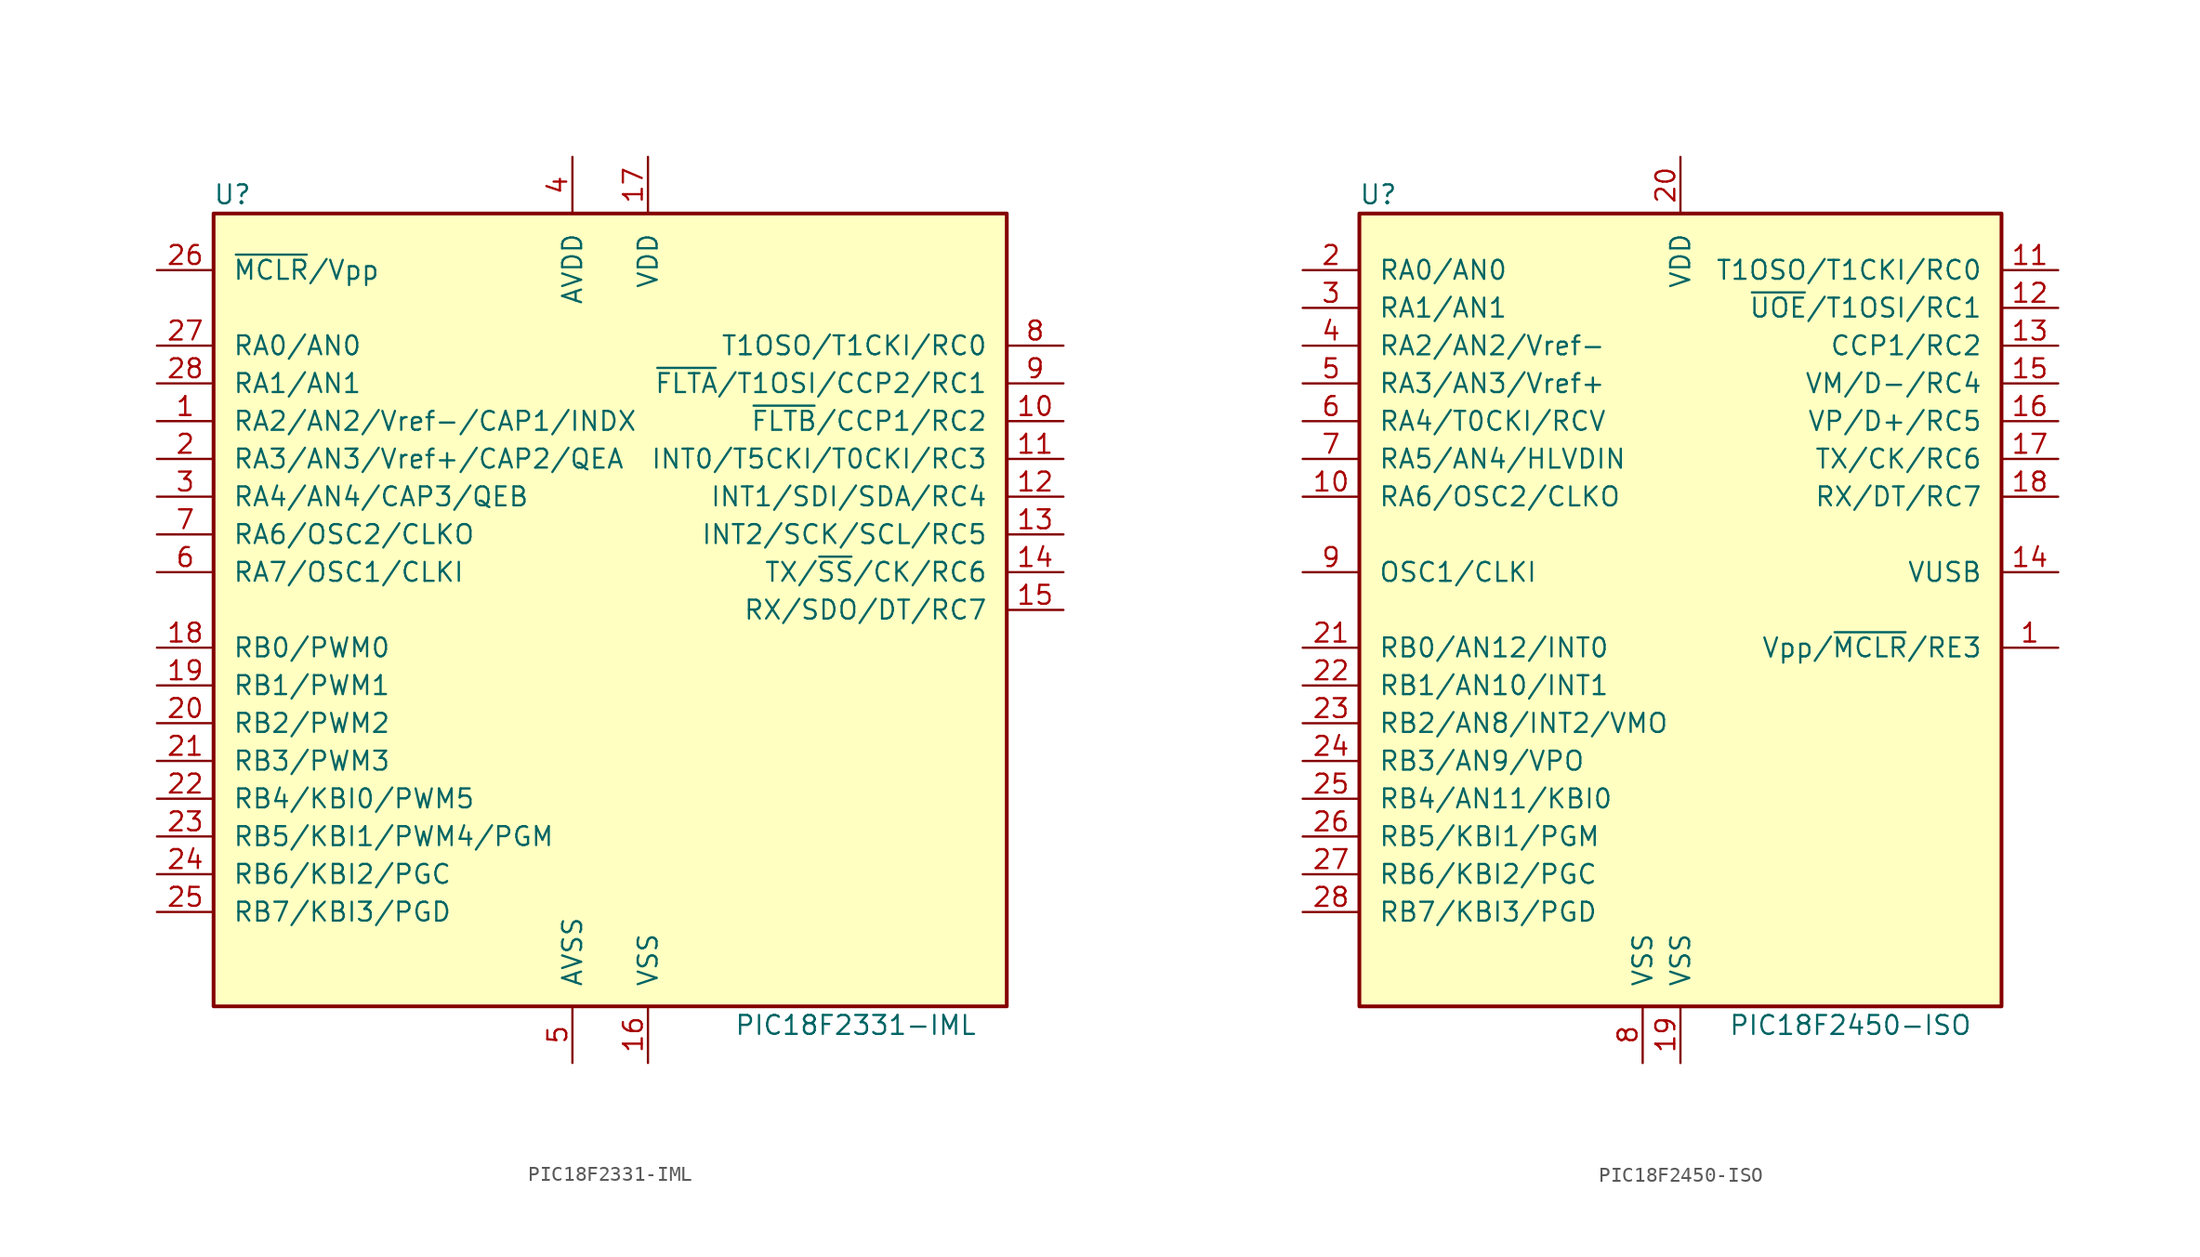
<source format=kicad_sym>
(kicad_symbol_lib
  (version 20241209)
  (generator "kicad_symbol_editor")
  (generator_version "9.0")
  (symbol "PIC18F2331-IML"
    (pin_names
      (offset 1.27))
    (property "Reference" "U"
      (at -25.4 27.94 0)
      (effects (font (size 1.27 1.27))))
    (property "Value" "PIC18F2331-IML"
      (at 16.51 -27.94 0)
      (effects (font (size 1.27 1.27))))
    (symbol "PIC18F2331-IML_0_1"
      (rectangle (start -26.67 26.67) (end 26.67 -26.67) (stroke (width 0.254) (type default)) (fill (type background))))
    (symbol "PIC18F2331-IML_1_1"
      (pin input line (at -30.48 22.86 0) (length 3.81) (name "~{MCLR}/Vpp" (effects (font (size 1.27 1.27)))) (number "26" (effects (font (size 1.27 1.27)))))
      (pin bidirectional line (at -30.48 17.78 0) (length 3.81) (name "RA0/AN0" (effects (font (size 1.27 1.27)))) (number "27" (effects (font (size 1.27 1.27)))))
      (pin bidirectional line (at -30.48 15.24 0) (length 3.81) (name "RA1/AN1" (effects (font (size 1.27 1.27)))) (number "28" (effects (font (size 1.27 1.27)))))
      (pin bidirectional line (at -30.48 12.7 0) (length 3.81) (name "RA2/AN2/Vref-/CAP1/INDX" (effects (font (size 1.27 1.27)))) (number "1" (effects (font (size 1.27 1.27)))))
      (pin bidirectional line (at -30.48 10.16 0) (length 3.81) (name "RA3/AN3/Vref+/CAP2/QEA" (effects (font (size 1.27 1.27)))) (number "2" (effects (font (size 1.27 1.27)))))
      (pin bidirectional line (at -30.48 7.62 0) (length 3.81) (name "RA4/AN4/CAP3/QEB" (effects (font (size 1.27 1.27)))) (number "3" (effects (font (size 1.27 1.27)))))
      (pin bidirectional line (at -30.48 5.08 0) (length 3.81) (name "RA6/OSC2/CLKO" (effects (font (size 1.27 1.27)))) (number "7" (effects (font (size 1.27 1.27)))))
      (pin bidirectional line (at -30.48 2.54 0) (length 3.81) (name "RA7/OSC1/CLKI" (effects (font (size 1.27 1.27)))) (number "6" (effects (font (size 1.27 1.27)))))
      (pin bidirectional line (at -30.48 -2.54 0) (length 3.81) (name "RB0/PWM0" (effects (font (size 1.27 1.27)))) (number "18" (effects (font (size 1.27 1.27)))))
      (pin bidirectional line (at -30.48 -5.08 0) (length 3.81) (name "RB1/PWM1" (effects (font (size 1.27 1.27)))) (number "19" (effects (font (size 1.27 1.27)))))
      (pin bidirectional line (at -30.48 -7.62 0) (length 3.81) (name "RB2/PWM2" (effects (font (size 1.27 1.27)))) (number "20" (effects (font (size 1.27 1.27)))))
      (pin bidirectional line (at -30.48 -10.16 0) (length 3.81) (name "RB3/PWM3" (effects (font (size 1.27 1.27)))) (number "21" (effects (font (size 1.27 1.27)))))
      (pin bidirectional line (at -30.48 -12.7 0) (length 3.81) (name "RB4/KBI0/PWM5" (effects (font (size 1.27 1.27)))) (number "22" (effects (font (size 1.27 1.27)))))
      (pin bidirectional line (at -30.48 -15.24 0) (length 3.81) (name "RB5/KBI1/PWM4/PGM" (effects (font (size 1.27 1.27)))) (number "23" (effects (font (size 1.27 1.27)))))
      (pin bidirectional line (at -30.48 -17.78 0) (length 3.81) (name "RB6/KBI2/PGC" (effects (font (size 1.27 1.27)))) (number "24" (effects (font (size 1.27 1.27)))))
      (pin bidirectional line (at -30.48 -20.32 0) (length 3.81) (name "RB7/KBI3/PGD" (effects (font (size 1.27 1.27)))) (number "25" (effects (font (size 1.27 1.27)))))
      (pin power_in line (at -2.54 30.48 270) (length 3.81) (name "AVDD" (effects (font (size 1.27 1.27)))) (number "4" (effects (font (size 1.27 1.27)))))
      (pin power_in line (at -2.54 -30.48 90) (length 3.81) (name "AVSS" (effects (font (size 1.27 1.27)))) (number "5" (effects (font (size 1.27 1.27)))))
      (pin power_in line (at 2.54 30.48 270) (length 3.81) (name "VDD" (effects (font (size 1.27 1.27)))) (number "17" (effects (font (size 1.27 1.27)))))
      (pin power_in line (at 2.54 -30.48 90) (length 3.81) (name "VSS" (effects (font (size 1.27 1.27)))) (number "16" (effects (font (size 1.27 1.27)))))
      (pin bidirectional line (at 30.48 17.78 180) (length 3.81) (name "T1OSO/T1CKI/RC0" (effects (font (size 1.27 1.27)))) (number "8" (effects (font (size 1.27 1.27)))))
      (pin bidirectional line (at 30.48 15.24 180) (length 3.81) (name "~{FLTA}/T1OSI/CCP2/RC1" (effects (font (size 1.27 1.27)))) (number "9" (effects (font (size 1.27 1.27)))))
      (pin bidirectional line (at 30.48 12.7 180) (length 3.81) (name "~{FLTB}/CCP1/RC2" (effects (font (size 1.27 1.27)))) (number "10" (effects (font (size 1.27 1.27)))))
      (pin bidirectional line (at 30.48 10.16 180) (length 3.81) (name "INT0/T5CKI/T0CKI/RC3" (effects (font (size 1.27 1.27)))) (number "11" (effects (font (size 1.27 1.27)))))
      (pin bidirectional line (at 30.48 7.62 180) (length 3.81) (name "INT1/SDI/SDA/RC4" (effects (font (size 1.27 1.27)))) (number "12" (effects (font (size 1.27 1.27)))))
      (pin bidirectional line (at 30.48 5.08 180) (length 3.81) (name "INT2/SCK/SCL/RC5" (effects (font (size 1.27 1.27)))) (number "13" (effects (font (size 1.27 1.27)))))
      (pin bidirectional line (at 30.48 2.54 180) (length 3.81) (name "TX/~{SS}/CK/RC6" (effects (font (size 1.27 1.27)))) (number "14" (effects (font (size 1.27 1.27)))))
      (pin bidirectional line (at 30.48 0 180) (length 3.81) (name "RX/SDO/DT/RC7" (effects (font (size 1.27 1.27)))) (number "15" (effects (font (size 1.27 1.27)))))))
  (symbol "PIC18F2450-ISO"
    (pin_names
      (offset 1.27))
    (property "Reference" "U"
      (at -20.32 27.94 0)
      (effects (font (size 1.27 1.27))))
    (property "Value" "PIC18F2450-ISO"
      (at 11.43 -27.94 0)
      (effects (font (size 1.27 1.27))))
    (symbol "PIC18F2450-ISO_0_1"
      (rectangle (start -21.59 26.67) (end 21.59 -26.67) (stroke (width 0.254) (type default)) (fill (type background))))
    (symbol "PIC18F2450-ISO_1_1"
      (pin bidirectional line (at -25.4 22.86 0) (length 3.81) (name "RA0/AN0" (effects (font (size 1.27 1.27)))) (number "2" (effects (font (size 1.27 1.27)))))
      (pin bidirectional line (at -25.4 20.32 0) (length 3.81) (name "RA1/AN1" (effects (font (size 1.27 1.27)))) (number "3" (effects (font (size 1.27 1.27)))))
      (pin bidirectional line (at -25.4 17.78 0) (length 3.81) (name "RA2/AN2/Vref-" (effects (font (size 1.27 1.27)))) (number "4" (effects (font (size 1.27 1.27)))))
      (pin bidirectional line (at -25.4 15.24 0) (length 3.81) (name "RA3/AN3/Vref+" (effects (font (size 1.27 1.27)))) (number "5" (effects (font (size 1.27 1.27)))))
      (pin bidirectional line (at -25.4 12.7 0) (length 3.81) (name "RA4/T0CKI/RCV" (effects (font (size 1.27 1.27)))) (number "6" (effects (font (size 1.27 1.27)))))
      (pin bidirectional line (at -25.4 10.16 0) (length 3.81) (name "RA5/AN4/HLVDIN" (effects (font (size 1.27 1.27)))) (number "7" (effects (font (size 1.27 1.27)))))
      (pin output line (at -25.4 7.62 0) (length 3.81) (name "RA6/OSC2/CLKO" (effects (font (size 1.27 1.27)))) (number "10" (effects (font (size 1.27 1.27)))))
      (pin input line (at -25.4 2.54 0) (length 3.81) (name "OSC1/CLKI" (effects (font (size 1.27 1.27)))) (number "9" (effects (font (size 1.27 1.27)))))
      (pin bidirectional line (at -25.4 -2.54 0) (length 3.81) (name "RB0/AN12/INT0" (effects (font (size 1.27 1.27)))) (number "21" (effects (font (size 1.27 1.27)))))
      (pin bidirectional line (at -25.4 -5.08 0) (length 3.81) (name "RB1/AN10/INT1" (effects (font (size 1.27 1.27)))) (number "22" (effects (font (size 1.27 1.27)))))
      (pin bidirectional line (at -25.4 -7.62 0) (length 3.81) (name "RB2/AN8/INT2/VMO" (effects (font (size 1.27 1.27)))) (number "23" (effects (font (size 1.27 1.27)))))
      (pin bidirectional line (at -25.4 -10.16 0) (length 3.81) (name "RB3/AN9/VPO" (effects (font (size 1.27 1.27)))) (number "24" (effects (font (size 1.27 1.27)))))
      (pin bidirectional line (at -25.4 -12.7 0) (length 3.81) (name "RB4/AN11/KBI0" (effects (font (size 1.27 1.27)))) (number "25" (effects (font (size 1.27 1.27)))))
      (pin bidirectional line (at -25.4 -15.24 0) (length 3.81) (name "RB5/KBI1/PGM" (effects (font (size 1.27 1.27)))) (number "26" (effects (font (size 1.27 1.27)))))
      (pin bidirectional line (at -25.4 -17.78 0) (length 3.81) (name "RB6/KBI2/PGC" (effects (font (size 1.27 1.27)))) (number "27" (effects (font (size 1.27 1.27)))))
      (pin bidirectional line (at -25.4 -20.32 0) (length 3.81) (name "RB7/KBI3/PGD" (effects (font (size 1.27 1.27)))) (number "28" (effects (font (size 1.27 1.27)))))
      (pin power_in line (at -2.54 -30.48 90) (length 3.81) (name "VSS" (effects (font (size 1.27 1.27)))) (number "8" (effects (font (size 1.27 1.27)))))
      (pin power_in line (at 0 30.48 270) (length 3.81) (name "VDD" (effects (font (size 1.27 1.27)))) (number "20" (effects (font (size 1.27 1.27)))))
      (pin power_in line (at 0 -30.48 90) (length 3.81) (name "VSS" (effects (font (size 1.27 1.27)))) (number "19" (effects (font (size 1.27 1.27)))))
      (pin bidirectional line (at 25.4 22.86 180) (length 3.81) (name "T1OSO/T1CKI/RC0" (effects (font (size 1.27 1.27)))) (number "11" (effects (font (size 1.27 1.27)))))
      (pin bidirectional line (at 25.4 20.32 180) (length 3.81) (name "~{UOE}/T1OSI/RC1" (effects (font (size 1.27 1.27)))) (number "12" (effects (font (size 1.27 1.27)))))
      (pin bidirectional line (at 25.4 17.78 180) (length 3.81) (name "CCP1/RC2" (effects (font (size 1.27 1.27)))) (number "13" (effects (font (size 1.27 1.27)))))
      (pin bidirectional line (at 25.4 15.24 180) (length 3.81) (name "VM/D-/RC4" (effects (font (size 1.27 1.27)))) (number "15" (effects (font (size 1.27 1.27)))))
      (pin bidirectional line (at 25.4 12.7 180) (length 3.81) (name "VP/D+/RC5" (effects (font (size 1.27 1.27)))) (number "16" (effects (font (size 1.27 1.27)))))
      (pin bidirectional line (at 25.4 10.16 180) (length 3.81) (name "TX/CK/RC6" (effects (font (size 1.27 1.27)))) (number "17" (effects (font (size 1.27 1.27)))))
      (pin bidirectional line (at 25.4 7.62 180) (length 3.81) (name "RX/DT/RC7" (effects (font (size 1.27 1.27)))) (number "18" (effects (font (size 1.27 1.27)))))
      (pin bidirectional line (at 25.4 2.54 180) (length 3.81) (name "VUSB" (effects (font (size 1.27 1.27)))) (number "14" (effects (font (size 1.27 1.27)))))
      (pin input line (at 25.4 -2.54 180) (length 3.81) (name "Vpp/~{MCLR}/RE3" (effects (font (size 1.27 1.27)))) (number "1" (effects (font (size 1.27 1.27))))))))
</source>
